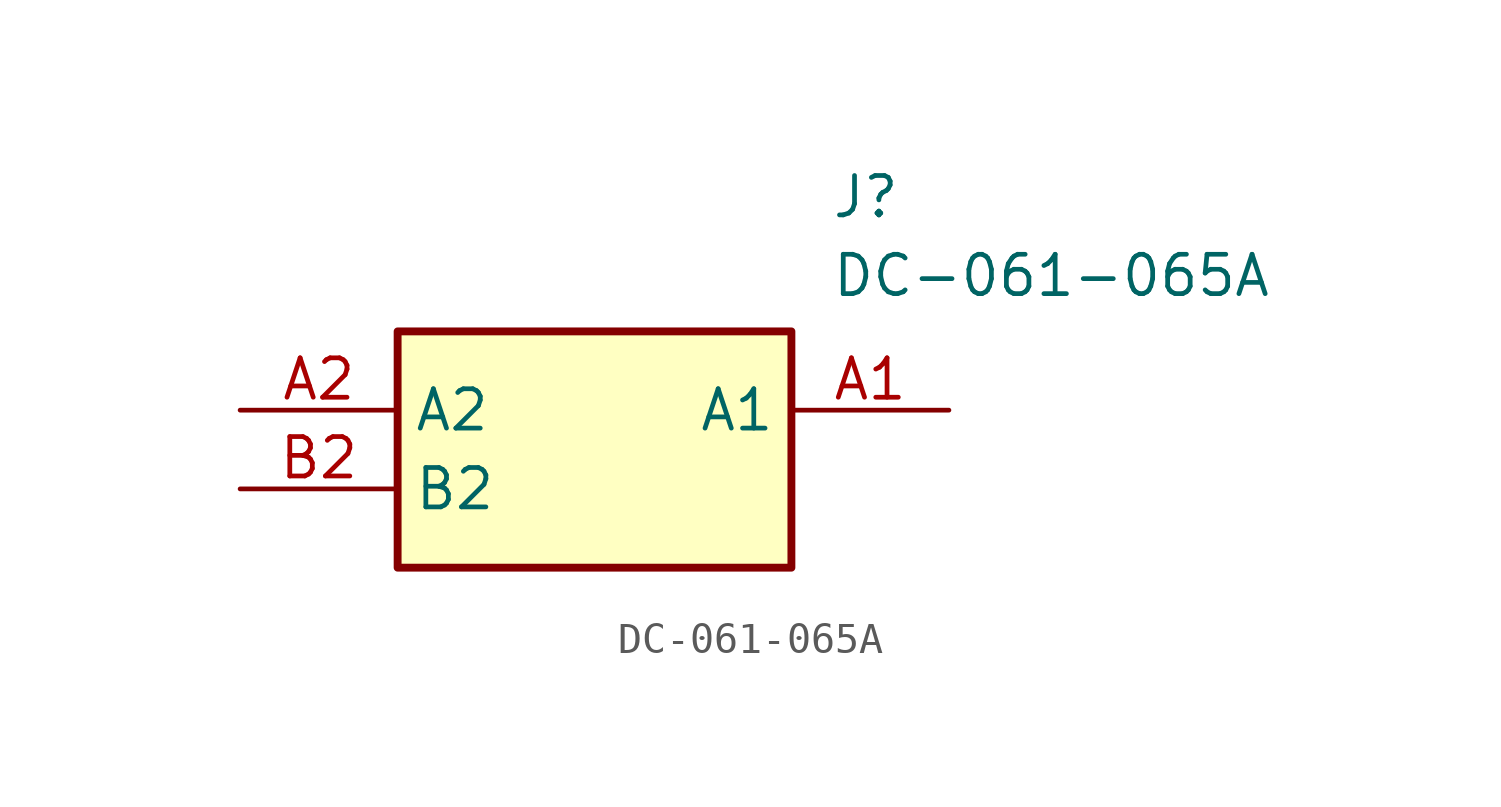
<source format=kicad_sym>
(kicad_symbol_lib
  (version 20211014)
  (generator SamacSys_ECAD_Model)
  (symbol "DC-061-065A"
    (property "Reference" "J"
      (at 19.05 7.62 0)
      (effects (font (size 1.27 1.27)) (justify left top)))
    (property "Value" "DC-061-065A"
      (at 19.05 5.08 0)
      (effects (font (size 1.27 1.27)) (justify left top)))
    (rectangle
      (start 5.08 2.54)
      (end 17.78 -5.08)
      (stroke (width 0.254) (type default))
      (fill (type background)))
    (pin passive line
      (at 22.86 0 180)
      (length 5.08)
      (name "A1" (effects (font (size 1.27 1.27))))
      (number "A1" (effects (font (size 1.27 1.27)))))
    (pin passive line
      (at 0 0 0)
      (length 5.08)
      (name "A2" (effects (font (size 1.27 1.27))))
      (number "A2" (effects (font (size 1.27 1.27)))))
    (pin passive line
      (at 0 -2.54 0)
      (length 5.08)
      (name "B2" (effects (font (size 1.27 1.27))))
      (number "B2" (effects (font (size 1.27 1.27)))))))
</source>
